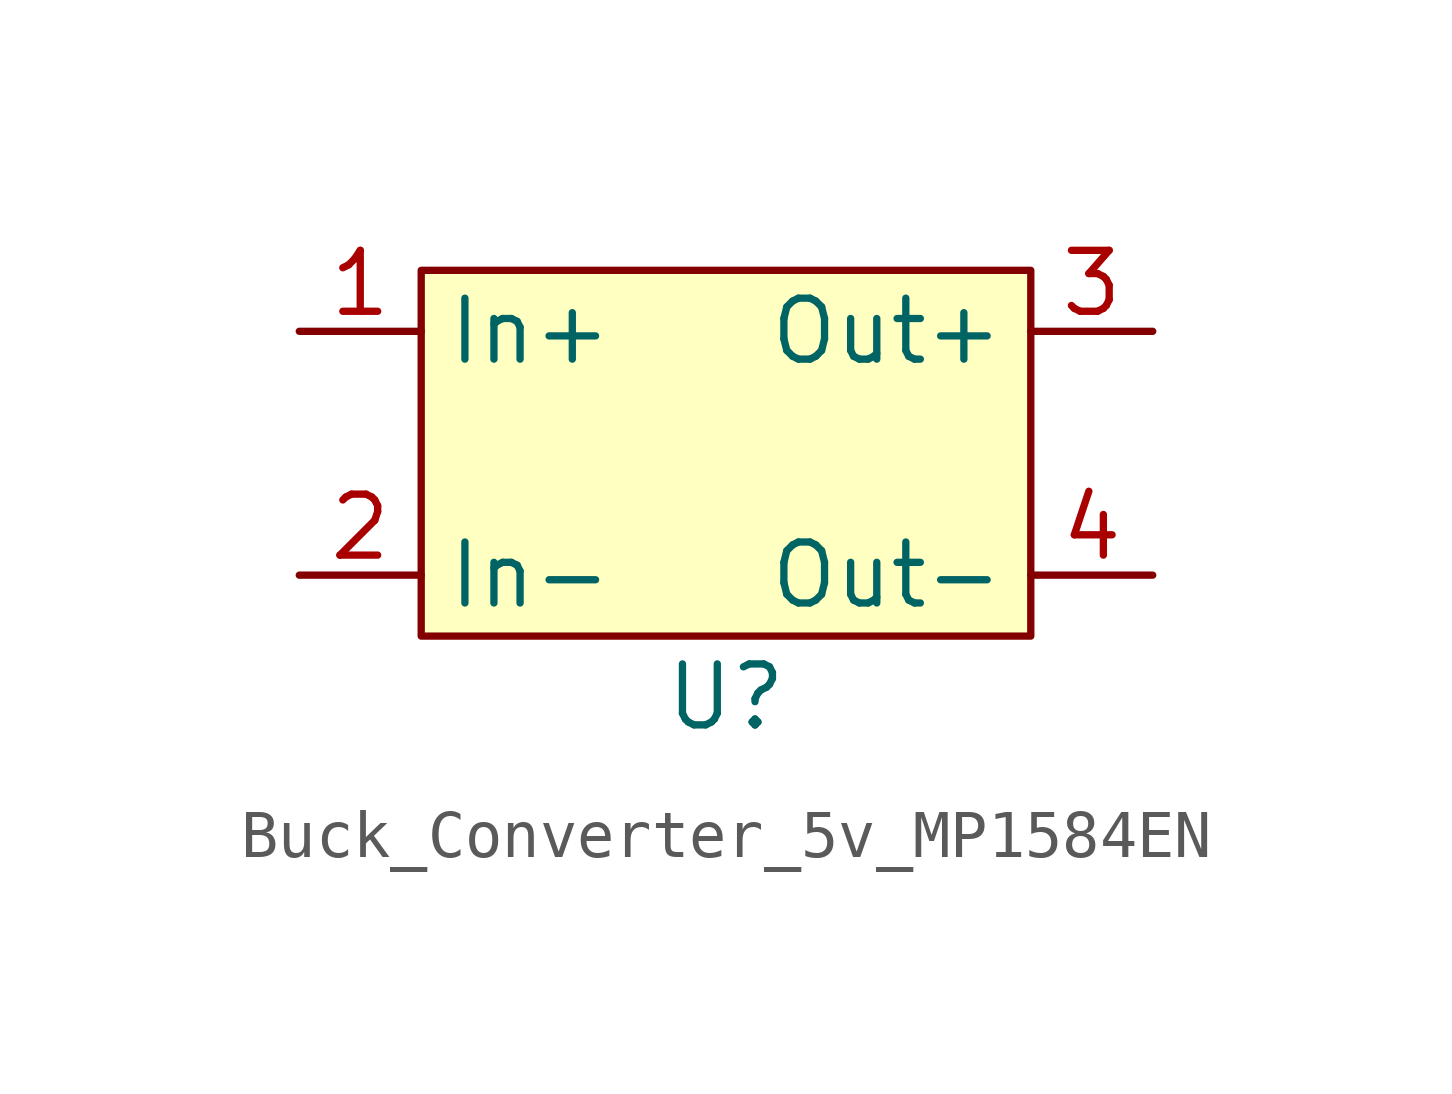
<source format=kicad_sym>
(kicad_symbol_lib
  (version 20220914)
  (generator kicad_symbol_editor)
  (symbol "Buck_Converter_5v_MP1584EN"
    (property "Reference" "U"
      (at 0 0 0)
      (effects (font (size 1.27 1.27))))
    (property "Value" ""
      (at 0 0 0)
      (effects (font (size 1.27 1.27))))
    (symbol "Buck_Converter_5v_MP1584EN_1_1"
      (rectangle (start -6.35 8.89) (end 6.35 1.27) (stroke (width 0) (type default)) (fill (type background)))
      (pin power_in line (at -8.89 7.62 0) (length 2.54) (name "In+" (effects (font (size 1.27 1.27)))) (number "1" (effects (font (size 1.27 1.27)))))
      (pin power_in line (at -8.89 2.54 0) (length 2.54) (name "In-" (effects (font (size 1.27 1.27)))) (number "2" (effects (font (size 1.27 1.27)))))
      (pin power_out line (at 8.89 7.62 180) (length 2.54) (name "Out+" (effects (font (size 1.27 1.27)))) (number "3" (effects (font (size 1.27 1.27)))))
      (pin power_out line (at 8.89 2.54 180) (length 2.54) (name "Out-" (effects (font (size 1.27 1.27)))) (number "4" (effects (font (size 1.27 1.27))))))))
</source>
